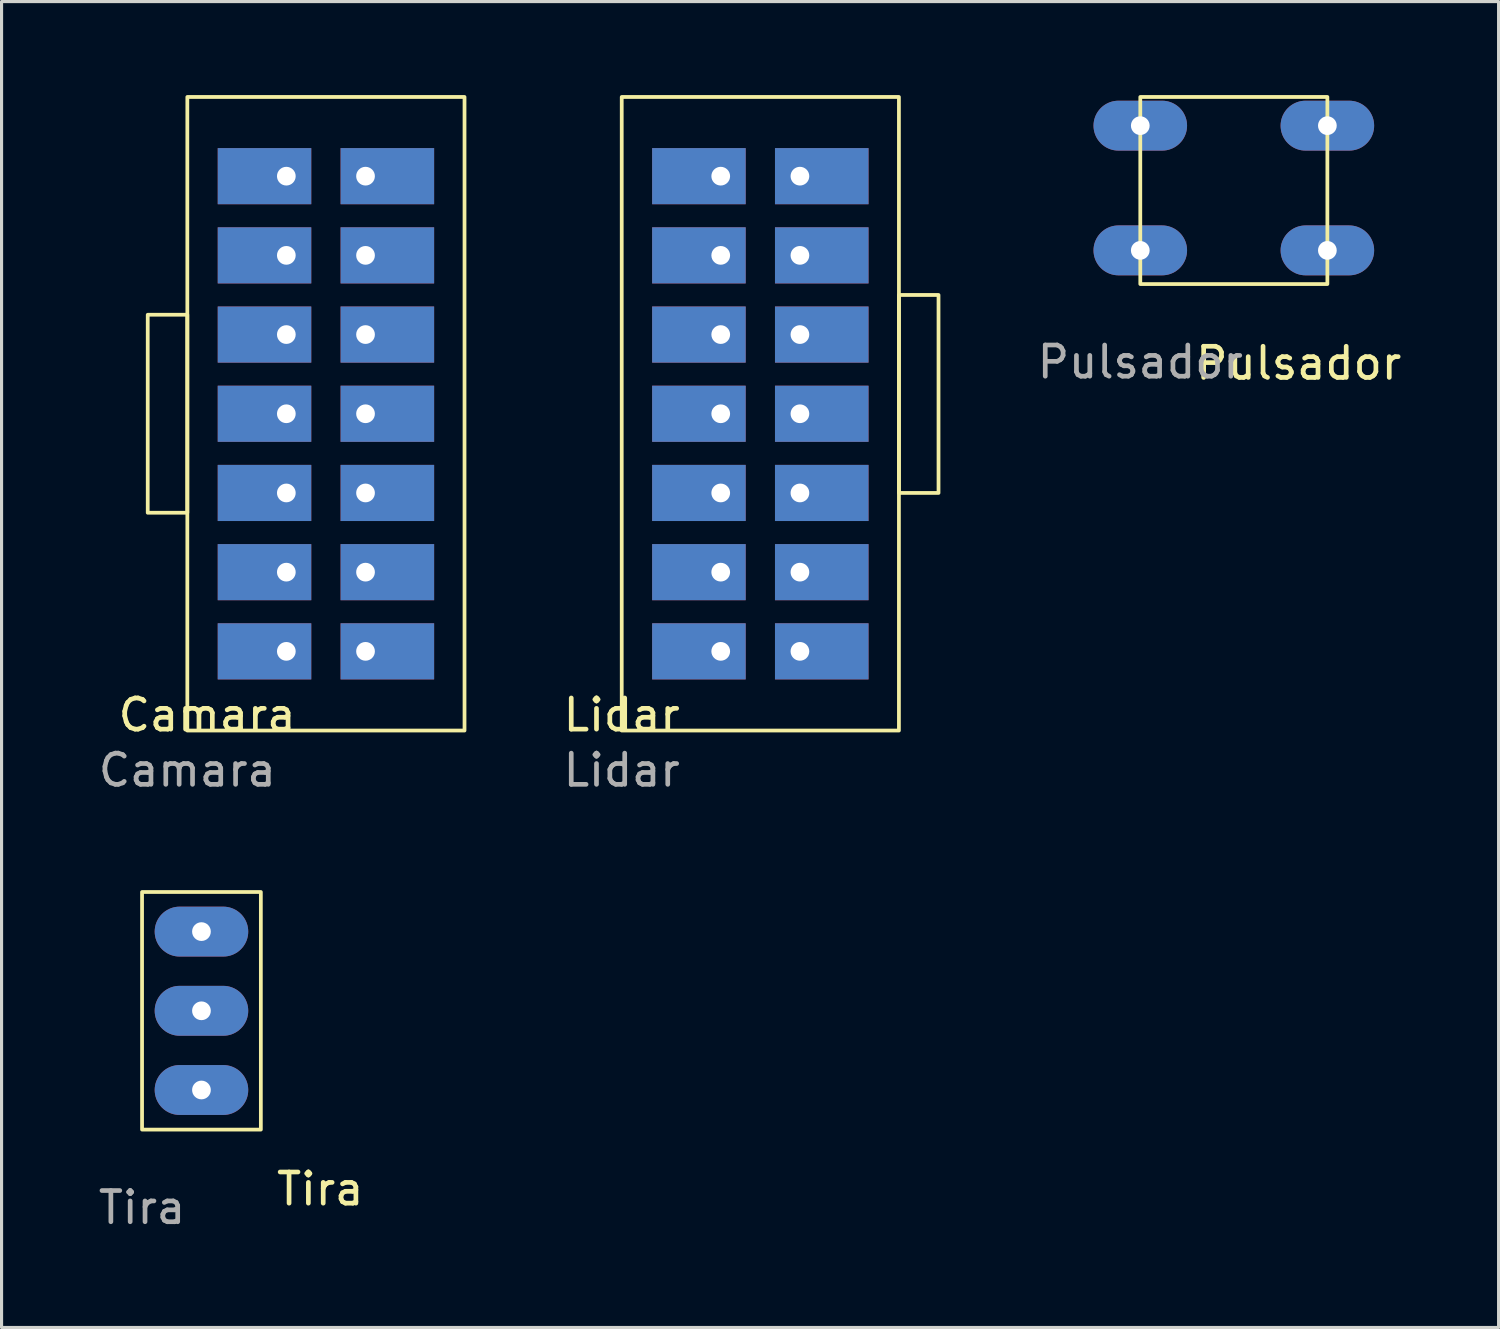
<source format=kicad_pcb>
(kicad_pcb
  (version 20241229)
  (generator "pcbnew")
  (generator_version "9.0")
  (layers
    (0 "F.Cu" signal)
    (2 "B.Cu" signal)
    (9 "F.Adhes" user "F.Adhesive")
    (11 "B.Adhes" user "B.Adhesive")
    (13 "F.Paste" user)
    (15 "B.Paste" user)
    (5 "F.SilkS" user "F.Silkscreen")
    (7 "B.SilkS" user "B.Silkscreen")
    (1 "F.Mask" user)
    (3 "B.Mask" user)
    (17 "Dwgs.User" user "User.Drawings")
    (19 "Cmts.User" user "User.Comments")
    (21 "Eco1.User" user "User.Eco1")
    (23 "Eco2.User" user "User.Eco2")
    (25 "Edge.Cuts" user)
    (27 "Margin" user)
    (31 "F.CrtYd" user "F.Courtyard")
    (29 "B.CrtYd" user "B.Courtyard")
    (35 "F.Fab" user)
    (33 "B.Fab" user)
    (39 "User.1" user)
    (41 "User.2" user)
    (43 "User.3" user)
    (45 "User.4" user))
  (footprint "Tira"
    (layer "F.Cu")
    (at 1.506 33.178)
    (property "Reference" "Tira" (at 5.715 1.905 0) (unlocked yes) (layer "F.SilkS") (effects (font (size 1 1) (thickness 0.15))))
    (attr smd)
    (fp_rect (start 3.81 -7.62) (end 0 0) (stroke (width 0.12) (type solid)) (fill no) (layer "F.SilkS"))
    (fp_text user "${REFERENCE}" (at 0 2.5 0) (unlocked yes) (layer "F.Fab") (effects (font (size 1 1) (thickness 0.15))))
    (pad "1" thru_hole oval (at 1.905 -3.81) (size 3 1.6) (drill 0.6) (layers "*.Cu" "*.Mask"))
    (pad "2" thru_hole oval (at 1.905 -6.35) (size 3 1.6) (drill 0.6) (layers "*.Cu" "*.Mask"))
    (pad "3" thru_hole oval (at 1.905 -1.27) (size 3 1.6) (drill 0.6) (layers "*.Cu" "*.Mask")))
  (footprint "Camara"
    (layer "F.Cu")
    (at 2.958 20.38)
    (property "Reference" "Camara" (at 0.635 -0.5 0) (unlocked yes) (layer "F.SilkS") (effects (font (size 1 1) (thickness 0.15))))
    (attr smd)
    (fp_rect (start -1.27 -13.335) (end 0 -6.985) (stroke (width 0.12) (type solid)) (fill no) (layer "F.SilkS"))
    (fp_rect (start 0 -20.32) (end 8.89 0) (stroke (width 0.12) (type solid)) (fill no) (layer "F.SilkS"))
    (fp_text user "${REFERENCE}" (at 0 1.27 0) (unlocked yes) (layer "F.Fab") (effects (font (size 1 1) (thickness 0.15))))
    (pad "1" thru_hole rect (at 3.175 -17.78) (size 3 1.8) (drill 0.6 (offset -0.7 0)) (layers "*.Cu" "*.Mask"))
    (pad "2" thru_hole rect (at 5.715 -15.24) (size 3 1.8) (drill 0.6 (offset 0.7 0)) (layers "*.Cu" "*.Mask"))
    (pad "3" thru_hole rect (at 3.175 -15.24) (size 3 1.8) (drill 0.6 (offset -0.7 0)) (layers "*.Cu" "*.Mask"))
    (pad "4" thru_hole rect (at 3.175 -10.16) (size 3 1.8) (drill 0.6 (offset -0.7 0)) (layers "*.Cu" "*.Mask"))
    (pad "5" thru_hole rect (at 5.715 -12.7) (size 3 1.8) (drill 0.6 (offset 0.7 0)) (layers "*.Cu" "*.Mask"))
    (pad "6" thru_hole rect (at 5.715 -7.62) (size 3 1.8) (drill 0.6 (offset 0.7 0)) (layers "*.Cu" "*.Mask"))
    (pad "7" thru_hole rect (at 5.715 -17.78) (size 3 1.8) (drill 0.6 (offset 0.7 0)) (layers "*.Cu" "*.Mask"))
    (pad "8" thru_hole rect (at 5.715 -10.16) (size 3 1.8) (drill 0.6 (offset 0.7 0)) (layers "*.Cu" "*.Mask"))
    (pad "9" thru_hole rect (at 3.175 -7.62) (size 3 1.8) (drill 0.6 (offset -0.7 0)) (layers "*.Cu" "*.Mask"))
    (pad "10" thru_hole rect (at 3.175 -12.7) (size 3 1.8) (drill 0.6 (offset -0.7 0)) (layers "*.Cu" "*.Mask"))
    (pad "11" thru_hole rect (at 3.175 -5.08) (size 3 1.8) (drill 0.6 (offset -0.7 0)) (layers "*.Cu" "*.Mask"))
    (pad "12" thru_hole rect (at 5.715 -5.08) (size 3 1.8) (drill 0.6 (offset 0.7 0)) (layers "*.Cu" "*.Mask"))
    (pad "13" thru_hole rect (at 3.175 -2.54) (size 3 1.8) (drill 0.6 (offset -0.7 0)) (layers "*.Cu" "*.Mask"))
    (pad "14" thru_hole rect (at 5.715 -2.54) (size 3 1.8) (drill 0.6 (offset 0.7 0)) (layers "*.Cu" "*.Mask")))
  (footprint "Pulsador"
    (layer "F.Cu")
    (at 33.521 6.06)
    (property "Reference" "Pulsador" (at 5.08 2.54 0) (unlocked yes) (layer "F.SilkS") (effects (font (size 1 1) (thickness 0.15))))
    (attr smd)
    (fp_rect (start 0 0) (end 6 -6) (stroke (width 0.12) (type solid)) (fill no) (layer "F.SilkS"))
    (fp_text user "${REFERENCE}" (at 0 2.5 0) (unlocked yes) (layer "F.Fab") (effects (font (size 1 1) (thickness 0.15))))
    (pad "1" thru_hole oval (at 0 -5.08) (size 3 1.6) (drill 0.6) (layers "*.Cu" "*.Mask"))
    (pad "2" thru_hole oval (at 0 -1.08) (size 3 1.6) (drill 0.6) (layers "*.Cu" "*.Mask"))
    (pad "3" thru_hole oval (at 6 -5.08) (size 3 1.6) (drill 0.6) (layers "*.Cu" "*.Mask"))
    (pad "4" thru_hole oval (at 6 -1.08) (size 3 1.6) (drill 0.6) (layers "*.Cu" "*.Mask")))
  (footprint "Lidar"
    (layer "F.Cu")
    (at 16.89 20.38)
    (property "Reference" "Lidar" (at 0 -0.5 0) (unlocked yes) (layer "F.SilkS") (effects (font (size 1 1) (thickness 0.15))))
    (attr smd)
    (fp_rect (start 0 -20.32) (end 8.89 0) (stroke (width 0.12) (type solid)) (fill no) (layer "F.SilkS"))
    (fp_rect (start 8.89 -13.97) (end 10.16 -7.62) (stroke (width 0.12) (type solid)) (fill no) (layer "F.SilkS"))
    (fp_text user "${REFERENCE}" (at 0 1.27 0) (unlocked yes) (layer "F.Fab") (effects (font (size 1 1) (thickness 0.15))))
    (pad "1" thru_hole rect (at 3.175 -17.78) (size 3 1.8) (drill 0.6 (offset -0.7 0)) (layers "*.Cu" "*.Mask"))
    (pad "2" thru_hole rect (at 5.715 -17.78) (size 3 1.8) (drill 0.6 (offset 0.7 0)) (layers "*.Cu" "*.Mask"))
    (pad "3" thru_hole rect (at 3.175 -15.24) (size 3 1.8) (drill 0.6 (offset -0.7 0)) (layers "*.Cu" "*.Mask"))
    (pad "4" thru_hole rect (at 5.715 -15.24) (size 3 1.8) (drill 0.6 (offset 0.7 0)) (layers "*.Cu" "*.Mask"))
    (pad "5" thru_hole rect (at 3.175 -12.7) (size 3 1.8) (drill 0.6 (offset -0.7 0)) (layers "*.Cu" "*.Mask"))
    (pad "6" thru_hole rect (at 5.715 -12.7) (size 3 1.8) (drill 0.6 (offset 0.7 0)) (layers "*.Cu" "*.Mask"))
    (pad "7" thru_hole rect (at 3.175 -10.16) (size 3 1.8) (drill 0.6 (offset -0.7 0)) (layers "*.Cu" "*.Mask"))
    (pad "8" thru_hole rect (at 5.715 -10.16) (size 3 1.8) (drill 0.6 (offset 0.7 0)) (layers "*.Cu" "*.Mask"))
    (pad "9" thru_hole rect (at 3.175 -7.62) (size 3 1.8) (drill 0.6 (offset -0.7 0)) (layers "*.Cu" "*.Mask"))
    (pad "10" thru_hole rect (at 5.715 -7.62) (size 3 1.8) (drill 0.6 (offset 0.7 0)) (layers "*.Cu" "*.Mask"))
    (pad "11" thru_hole rect (at 3.175 -5.08) (size 3 1.8) (drill 0.6 (offset -0.7 0)) (layers "*.Cu" "*.Mask"))
    (pad "12" thru_hole rect (at 5.715 -5.08) (size 3 1.8) (drill 0.6 (offset 0.7 0)) (layers "*.Cu" "*.Mask"))
    (pad "13" thru_hole rect (at 3.175 -2.54) (size 3 1.8) (drill 0.6 (offset -0.7 0)) (layers "*.Cu" "*.Mask"))
    (pad "14" thru_hole rect (at 5.715 -2.54) (size 3 1.8) (drill 0.6 (offset 0.7 0)) (layers "*.Cu" "*.Mask")))
  (gr_rect
    (start -3 -3)
    (end 45.012 39.526)
    (stroke (width 0.1) (type default))
    (fill no)
    (layer "Edge.Cuts")))
</source>
